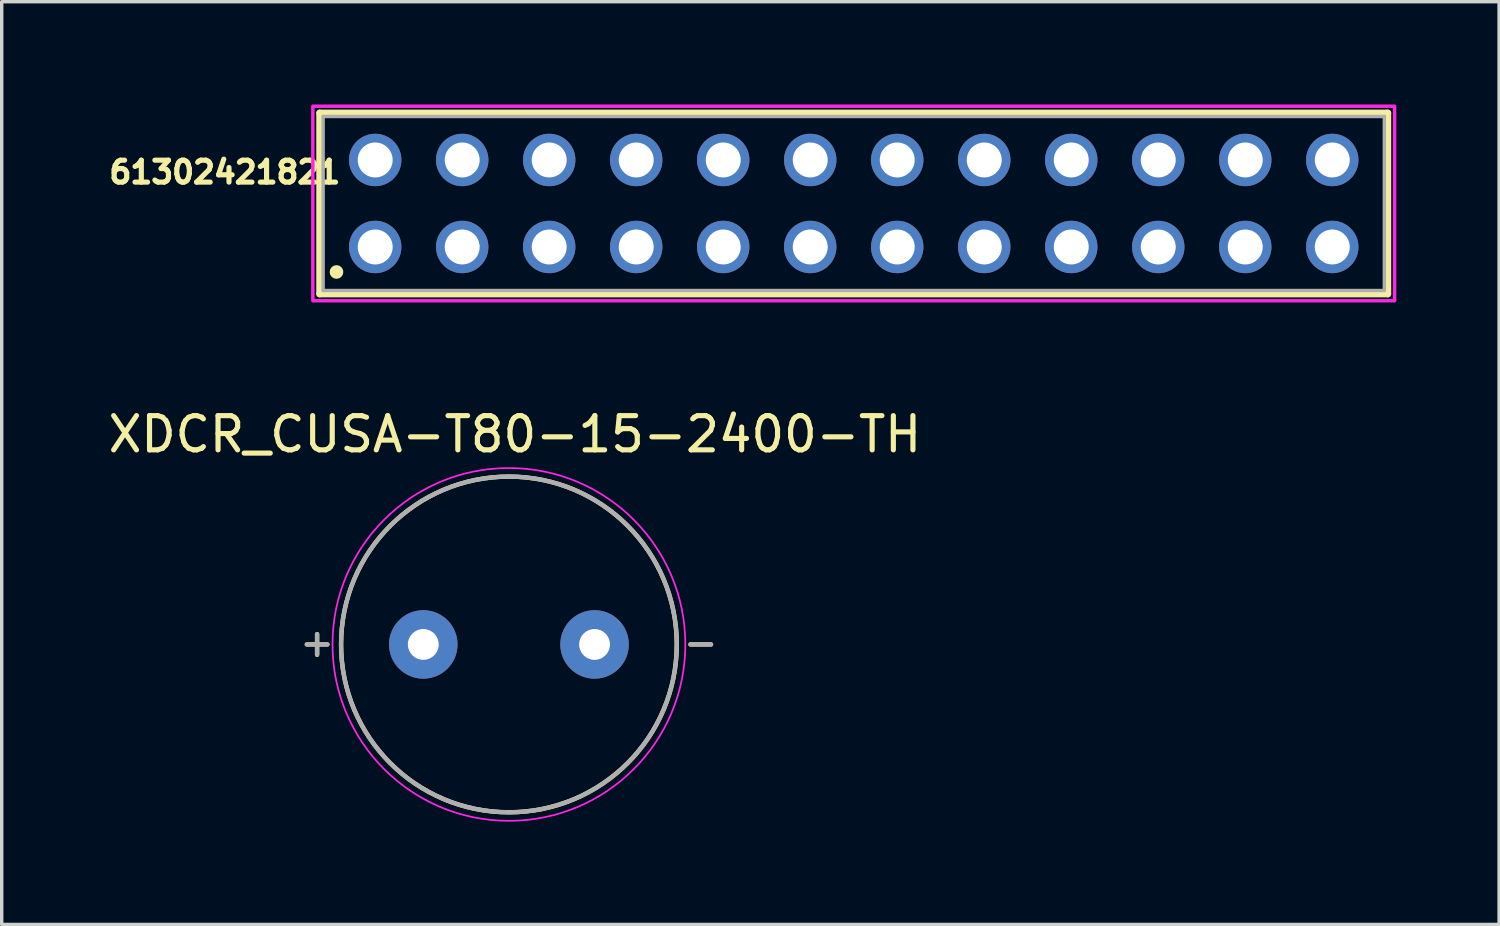
<source format=kicad_pcb>
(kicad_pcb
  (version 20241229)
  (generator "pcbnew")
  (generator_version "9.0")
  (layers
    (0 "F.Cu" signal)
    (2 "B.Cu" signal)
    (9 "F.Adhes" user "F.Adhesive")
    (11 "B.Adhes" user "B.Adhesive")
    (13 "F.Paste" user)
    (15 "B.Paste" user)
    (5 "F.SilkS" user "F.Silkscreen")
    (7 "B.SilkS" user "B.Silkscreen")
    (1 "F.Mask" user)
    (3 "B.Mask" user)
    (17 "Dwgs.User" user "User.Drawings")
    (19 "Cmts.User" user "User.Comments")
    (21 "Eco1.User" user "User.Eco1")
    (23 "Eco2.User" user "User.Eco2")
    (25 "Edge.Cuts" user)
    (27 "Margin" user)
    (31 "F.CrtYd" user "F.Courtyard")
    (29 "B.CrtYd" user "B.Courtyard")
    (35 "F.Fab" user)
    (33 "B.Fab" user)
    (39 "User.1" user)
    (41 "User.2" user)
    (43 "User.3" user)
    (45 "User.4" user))
  (footprint "61302421821"
    (layer "F.Cu")
    (at 21.873 2.89)
    (property "Reference" "61302421821" (at -18.36 -0.912 0) (layer "F.SilkS") (effects (font (size 0.64 0.64) (thickness 0.15))))
    (attr through_hole)
    (fp_line (start -15.59 -2.64) (end 15.59 -2.64) (stroke (width 0.2) (type solid)) (layer "F.SilkS"))
    (fp_line (start -15.59 2.64) (end -15.59 -2.64) (stroke (width 0.2) (type solid)) (layer "F.SilkS"))
    (fp_line (start 15.59 -2.64) (end 15.59 2.64) (stroke (width 0.2) (type solid)) (layer "F.SilkS"))
    (fp_line (start 15.59 2.64) (end -15.59 2.64) (stroke (width 0.2) (type solid)) (layer "F.SilkS"))
    (fp_circle (center -15.1 2) (end -15 2) (stroke (width 0.2) (type solid)) (fill no) (layer "F.SilkS"))
    (fp_poly (pts (xy -15.79 -2.84) (xy 15.79 -2.84) (xy 15.79 2.84) (xy -15.79 2.84)) (stroke (width 0.1) (type solid)) (fill no) (layer "F.CrtYd"))
    (fp_line (start -15.49 -2.54) (end -15.49 2.54) (stroke (width 0.1) (type solid)) (layer "F.Fab"))
    (fp_line (start -15.49 2.54) (end 15.49 2.54) (stroke (width 0.1) (type solid)) (layer "F.Fab"))
    (fp_line (start 15.49 -2.54) (end -15.49 -2.54) (stroke (width 0.1) (type solid)) (layer "F.Fab"))
    (fp_line (start 15.49 2.54) (end 15.49 -2.54) (stroke (width 0.1) (type solid)) (layer "F.Fab"))
    (pad "1" thru_hole circle (at -13.97 1.27) (size 1.53 1.53) (drill 1.02) (layers "*.Cu" "*.Mask"))
    (pad "2" thru_hole circle (at -13.97 -1.27) (size 1.53 1.53) (drill 1.02) (layers "*.Cu" "*.Mask"))
    (pad "3" thru_hole circle (at -11.43 1.27) (size 1.53 1.53) (drill 1.02) (layers "*.Cu" "*.Mask"))
    (pad "4" thru_hole circle (at -11.43 -1.27) (size 1.53 1.53) (drill 1.02) (layers "*.Cu" "*.Mask"))
    (pad "5" thru_hole circle (at -8.89 1.27) (size 1.53 1.53) (drill 1.02) (layers "*.Cu" "*.Mask"))
    (pad "6" thru_hole circle (at -8.89 -1.27) (size 1.53 1.53) (drill 1.02) (layers "*.Cu" "*.Mask"))
    (pad "7" thru_hole circle (at -6.35 1.27) (size 1.53 1.53) (drill 1.02) (layers "*.Cu" "*.Mask"))
    (pad "8" thru_hole circle (at -6.35 -1.27) (size 1.53 1.53) (drill 1.02) (layers "*.Cu" "*.Mask"))
    (pad "9" thru_hole circle (at -3.81 1.27) (size 1.53 1.53) (drill 1.02) (layers "*.Cu" "*.Mask"))
    (pad "10" thru_hole circle (at -3.81 -1.27) (size 1.53 1.53) (drill 1.02) (layers "*.Cu" "*.Mask"))
    (pad "11" thru_hole circle (at -1.27 1.27) (size 1.53 1.53) (drill 1.02) (layers "*.Cu" "*.Mask"))
    (pad "12" thru_hole circle (at -1.27 -1.27) (size 1.53 1.53) (drill 1.02) (layers "*.Cu" "*.Mask"))
    (pad "13" thru_hole circle (at 1.27 1.27) (size 1.53 1.53) (drill 1.02) (layers "*.Cu" "*.Mask"))
    (pad "14" thru_hole circle (at 1.27 -1.27) (size 1.53 1.53) (drill 1.02) (layers "*.Cu" "*.Mask"))
    (pad "15" thru_hole circle (at 3.81 1.27) (size 1.53 1.53) (drill 1.02) (layers "*.Cu" "*.Mask"))
    (pad "16" thru_hole circle (at 3.81 -1.27) (size 1.53 1.53) (drill 1.02) (layers "*.Cu" "*.Mask"))
    (pad "17" thru_hole circle (at 6.35 1.27) (size 1.53 1.53) (drill 1.02) (layers "*.Cu" "*.Mask"))
    (pad "18" thru_hole circle (at 6.35 -1.27) (size 1.53 1.53) (drill 1.02) (layers "*.Cu" "*.Mask"))
    (pad "19" thru_hole circle (at 8.89 1.27) (size 1.53 1.53) (drill 1.02) (layers "*.Cu" "*.Mask"))
    (pad "20" thru_hole circle (at 8.89 -1.27) (size 1.53 1.53) (drill 1.02) (layers "*.Cu" "*.Mask"))
    (pad "21" thru_hole circle (at 11.43 1.27) (size 1.53 1.53) (drill 1.02) (layers "*.Cu" "*.Mask"))
    (pad "22" thru_hole circle (at 11.43 -1.27) (size 1.53 1.53) (drill 1.02) (layers "*.Cu" "*.Mask"))
    (pad "23" thru_hole circle (at 13.97 1.27) (size 1.53 1.53) (drill 1.02) (layers "*.Cu" "*.Mask"))
    (pad "24" thru_hole circle (at 13.97 -1.27) (size 1.53 1.53) (drill 1.02) (layers "*.Cu" "*.Mask")))
  (footprint "XDCR_CUSA-T80-15-2400-TH"
    (layer "F.Cu")
    (at 11.807 15.763)
    (property "Reference" "XDCR_CUSA-T80-15-2400-TH" (at 0.175 -6.135 0) (layer "F.SilkS") (effects (font (size 1 1) (thickness 0.15))))
    (attr through_hole)
    (fp_line (start -5.9 0) (end -5.3 0) (stroke (width 0.127) (type solid)) (layer "F.SilkS"))
    (fp_line (start -5.6 -0.3) (end -5.6 0.3) (stroke (width 0.127) (type solid)) (layer "F.SilkS"))
    (fp_line (start 5.3 0) (end 5.9 0) (stroke (width 0.127) (type solid)) (layer "F.SilkS"))
    (fp_circle (center 0 0) (end 4.9 0) (stroke (width 0.127) (type solid)) (fill no) (layer "F.SilkS"))
    (fp_circle (center 0 0) (end 5.15 0) (stroke (width 0.05) (type solid)) (fill no) (layer "F.CrtYd"))
    (fp_line (start -5.9 0) (end -5.3 0) (stroke (width 0.127) (type solid)) (layer "F.Fab"))
    (fp_line (start -5.6 -0.3) (end -5.6 0.3) (stroke (width 0.127) (type solid)) (layer "F.Fab"))
    (fp_line (start 5.3 0) (end 5.9 0) (stroke (width 0.127) (type solid)) (layer "F.Fab"))
    (fp_circle (center 0 0) (end 4.9 0) (stroke (width 0.127) (type solid)) (fill no) (layer "F.Fab"))
    (pad "N" thru_hole circle (at 2.5 0) (size 2 2) (drill 0.9) (layers "*.Cu" "*.Mask"))
    (pad "P" thru_hole circle (at -2.5 0) (size 2 2) (drill 0.9) (layers "*.Cu" "*.Mask")))
  (gr_rect
    (start -3 -3)
    (end 40.713 23.938)
    (stroke (width 0.1) (type default))
    (fill no)
    (layer "Edge.Cuts")))
</source>
